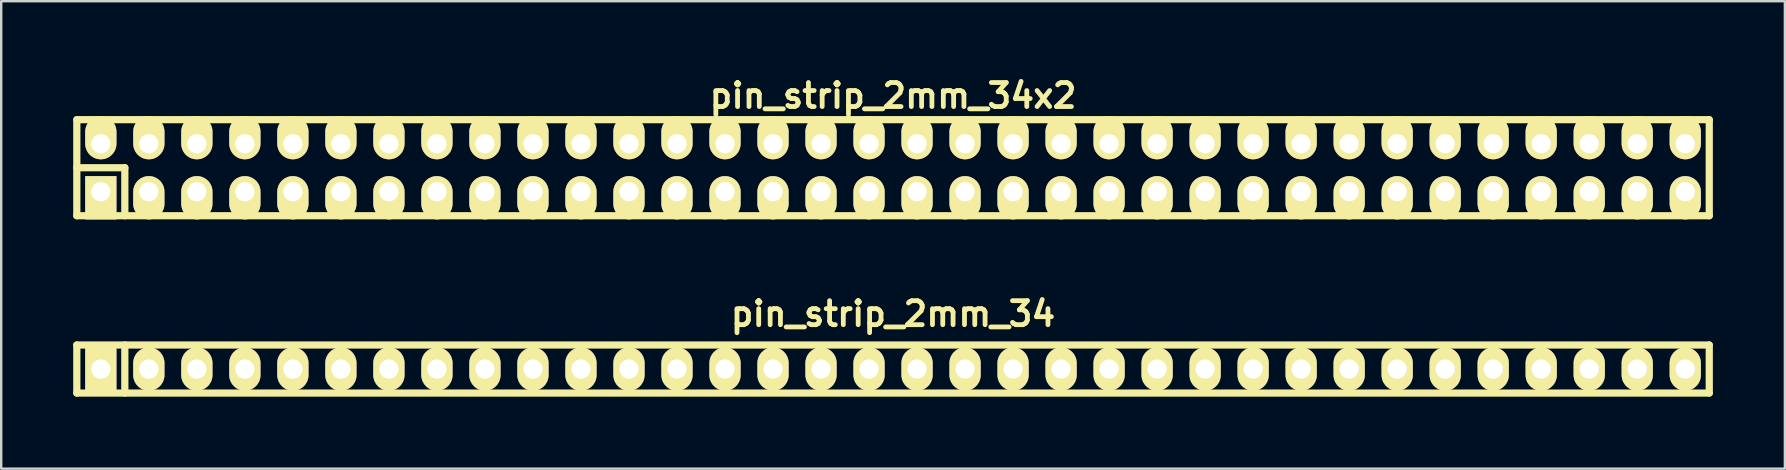
<source format=kicad_pcb>
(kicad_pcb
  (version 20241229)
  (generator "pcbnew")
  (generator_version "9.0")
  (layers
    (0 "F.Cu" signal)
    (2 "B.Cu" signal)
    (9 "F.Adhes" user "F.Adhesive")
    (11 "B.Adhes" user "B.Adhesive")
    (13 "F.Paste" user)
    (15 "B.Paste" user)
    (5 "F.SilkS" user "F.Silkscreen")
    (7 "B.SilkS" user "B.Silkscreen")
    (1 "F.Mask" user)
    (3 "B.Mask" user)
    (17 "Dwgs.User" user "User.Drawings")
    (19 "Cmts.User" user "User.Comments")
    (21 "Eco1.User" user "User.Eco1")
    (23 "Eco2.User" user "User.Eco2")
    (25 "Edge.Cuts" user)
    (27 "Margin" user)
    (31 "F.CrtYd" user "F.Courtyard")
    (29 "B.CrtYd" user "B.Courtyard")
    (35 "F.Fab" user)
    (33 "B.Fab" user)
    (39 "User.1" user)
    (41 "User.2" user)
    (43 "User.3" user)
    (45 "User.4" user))
  (footprint "pin_strip_2mm_34"
    (layer "F.Cu")
    (at 34.15 12.322)
    (property "Reference" "pin_strip_2mm_34" (at 0 -2.3 0) (layer "F.SilkS") (effects (font (size 1 1) (thickness 0.2))))
    (attr through_hole)
    (fp_line (start -34 -1) (end 34 -1) (stroke (width 0.3) (type solid)) (layer "F.SilkS"))
    (fp_line (start -34 1) (end -34 -1) (stroke (width 0.3) (type solid)) (layer "F.SilkS"))
    (fp_line (start -32 -1) (end -32 1) (stroke (width 0.3) (type solid)) (layer "F.SilkS"))
    (fp_line (start 34 -1) (end 34 1) (stroke (width 0.3) (type solid)) (layer "F.SilkS"))
    (fp_line (start 34 1) (end -34 1) (stroke (width 0.3) (type solid)) (layer "F.SilkS"))
    (pad "1" thru_hole rect (at -33 0) (size 1.3 1.8) (drill 0.8) (layers "*.Cu" "*.Mask" "F.SilkS"))
    (pad "2" thru_hole oval (at -31 0) (size 1.3 1.8) (drill 0.8) (layers "*.Cu" "*.Mask" "F.SilkS"))
    (pad "3" thru_hole oval (at -29 0) (size 1.3 1.8) (drill 0.8) (layers "*.Cu" "*.Mask" "F.SilkS"))
    (pad "4" thru_hole oval (at -27 0) (size 1.3 1.8) (drill 0.8) (layers "*.Cu" "*.Mask" "F.SilkS"))
    (pad "5" thru_hole oval (at -25 0) (size 1.3 1.8) (drill 0.8) (layers "*.Cu" "*.Mask" "F.SilkS"))
    (pad "6" thru_hole oval (at -23 0) (size 1.3 1.8) (drill 0.8) (layers "*.Cu" "*.Mask" "F.SilkS"))
    (pad "7" thru_hole oval (at -21 0) (size 1.3 1.8) (drill 0.8) (layers "*.Cu" "*.Mask" "F.SilkS"))
    (pad "8" thru_hole oval (at -19 0) (size 1.3 1.8) (drill 0.8) (layers "*.Cu" "*.Mask" "F.SilkS"))
    (pad "9" thru_hole oval (at -17 0) (size 1.3 1.8) (drill 0.8) (layers "*.Cu" "*.Mask" "F.SilkS"))
    (pad "10" thru_hole oval (at -15 0) (size 1.3 1.8) (drill 0.8) (layers "*.Cu" "*.Mask" "F.SilkS"))
    (pad "11" thru_hole oval (at -13 0) (size 1.3 1.8) (drill 0.8) (layers "*.Cu" "*.Mask" "F.SilkS"))
    (pad "12" thru_hole oval (at -11 0) (size 1.3 1.8) (drill 0.8) (layers "*.Cu" "*.Mask" "F.SilkS"))
    (pad "13" thru_hole oval (at -9 0) (size 1.3 1.8) (drill 0.8) (layers "*.Cu" "*.Mask" "F.SilkS"))
    (pad "14" thru_hole oval (at -7 0) (size 1.3 1.8) (drill 0.8) (layers "*.Cu" "*.Mask" "F.SilkS"))
    (pad "15" thru_hole oval (at -5 0) (size 1.3 1.8) (drill 0.8) (layers "*.Cu" "*.Mask" "F.SilkS"))
    (pad "16" thru_hole oval (at -3 0) (size 1.3 1.8) (drill 0.8) (layers "*.Cu" "*.Mask" "F.SilkS"))
    (pad "17" thru_hole oval (at -1 0) (size 1.3 1.8) (drill 0.8) (layers "*.Cu" "*.Mask" "F.SilkS"))
    (pad "18" thru_hole oval (at 1 0) (size 1.3 1.8) (drill 0.8) (layers "*.Cu" "*.Mask" "F.SilkS"))
    (pad "19" thru_hole oval (at 3 0) (size 1.3 1.8) (drill 0.8) (layers "*.Cu" "*.Mask" "F.SilkS"))
    (pad "20" thru_hole oval (at 5 0) (size 1.3 1.8) (drill 0.8) (layers "*.Cu" "*.Mask" "F.SilkS"))
    (pad "21" thru_hole oval (at 7 0) (size 1.3 1.8) (drill 0.8) (layers "*.Cu" "*.Mask" "F.SilkS"))
    (pad "22" thru_hole oval (at 9 0) (size 1.3 1.8) (drill 0.8) (layers "*.Cu" "*.Mask" "F.SilkS"))
    (pad "23" thru_hole oval (at 11 0) (size 1.3 1.8) (drill 0.8) (layers "*.Cu" "*.Mask" "F.SilkS"))
    (pad "24" thru_hole oval (at 13 0) (size 1.3 1.8) (drill 0.8) (layers "*.Cu" "*.Mask" "F.SilkS"))
    (pad "25" thru_hole oval (at 15 0) (size 1.3 1.8) (drill 0.8) (layers "*.Cu" "*.Mask" "F.SilkS"))
    (pad "26" thru_hole oval (at 17 0) (size 1.3 1.8) (drill 0.8) (layers "*.Cu" "*.Mask" "F.SilkS"))
    (pad "27" thru_hole oval (at 19 0) (size 1.3 1.8) (drill 0.8) (layers "*.Cu" "*.Mask" "F.SilkS"))
    (pad "28" thru_hole oval (at 21 0) (size 1.3 1.8) (drill 0.8) (layers "*.Cu" "*.Mask" "F.SilkS"))
    (pad "29" thru_hole oval (at 23 0) (size 1.3 1.8) (drill 0.8) (layers "*.Cu" "*.Mask" "F.SilkS"))
    (pad "30" thru_hole oval (at 25 0) (size 1.3 1.8) (drill 0.8) (layers "*.Cu" "*.Mask" "F.SilkS"))
    (pad "31" thru_hole oval (at 27 0) (size 1.3 1.8) (drill 0.8) (layers "*.Cu" "*.Mask" "F.SilkS"))
    (pad "32" thru_hole oval (at 29 0) (size 1.3 1.8) (drill 0.8) (layers "*.Cu" "*.Mask" "F.SilkS"))
    (pad "33" thru_hole oval (at 31 0) (size 1.3 1.8) (drill 0.8) (layers "*.Cu" "*.Mask" "F.SilkS"))
    (pad "34" thru_hole oval (at 33 0) (size 1.3 1.8) (drill 0.8) (layers "*.Cu" "*.Mask" "F.SilkS")))
  (footprint "pin_strip_2mm_34x2"
    (layer "F.Cu")
    (at 34.15 3.936)
    (property "Reference" "pin_strip_2mm_34x2" (at 0 -3 0) (layer "F.SilkS") (effects (font (size 1 1) (thickness 0.2))))
    (attr through_hole)
    (fp_line (start -34 -2) (end 34 -2) (stroke (width 0.3) (type solid)) (layer "F.SilkS"))
    (fp_line (start -34 0) (end -32 0) (stroke (width 0.3) (type solid)) (layer "F.SilkS"))
    (fp_line (start -34 2) (end -34 -2) (stroke (width 0.3) (type solid)) (layer "F.SilkS"))
    (fp_line (start -32 0) (end -32 2) (stroke (width 0.3) (type solid)) (layer "F.SilkS"))
    (fp_line (start 34 -2) (end 34 2) (stroke (width 0.3) (type solid)) (layer "F.SilkS"))
    (fp_line (start 34 2) (end -34 2) (stroke (width 0.3) (type solid)) (layer "F.SilkS"))
    (pad "1" thru_hole rect (at -33 1) (size 1.3 1.8) (drill 0.8 (offset 0 0.25)) (layers "*.Cu" "*.Mask" "F.SilkS"))
    (pad "2" thru_hole oval (at -33 -1) (size 1.3 1.8) (drill 0.8 (offset 0 -0.25)) (layers "*.Cu" "*.Mask" "F.SilkS"))
    (pad "3" thru_hole oval (at -31 1) (size 1.3 1.8) (drill 0.8 (offset 0 0.25)) (layers "*.Cu" "*.Mask" "F.SilkS"))
    (pad "4" thru_hole oval (at -31 -1) (size 1.3 1.8) (drill 0.8 (offset 0 -0.25)) (layers "*.Cu" "*.Mask" "F.SilkS"))
    (pad "5" thru_hole oval (at -29 1) (size 1.3 1.8) (drill 0.8 (offset 0 0.25)) (layers "*.Cu" "*.Mask" "F.SilkS"))
    (pad "6" thru_hole oval (at -29 -1) (size 1.3 1.8) (drill 0.8 (offset 0 -0.25)) (layers "*.Cu" "*.Mask" "F.SilkS"))
    (pad "7" thru_hole oval (at -27 1) (size 1.3 1.8) (drill 0.8 (offset 0 0.25)) (layers "*.Cu" "*.Mask" "F.SilkS"))
    (pad "8" thru_hole oval (at -27 -1) (size 1.3 1.8) (drill 0.8 (offset 0 -0.25)) (layers "*.Cu" "*.Mask" "F.SilkS"))
    (pad "9" thru_hole oval (at -25 1) (size 1.3 1.8) (drill 0.8 (offset 0 0.25)) (layers "*.Cu" "*.Mask" "F.SilkS"))
    (pad "10" thru_hole oval (at -25 -1) (size 1.3 1.8) (drill 0.8 (offset 0 -0.25)) (layers "*.Cu" "*.Mask" "F.SilkS"))
    (pad "11" thru_hole oval (at -23 1) (size 1.3 1.8) (drill 0.8 (offset 0 0.25)) (layers "*.Cu" "*.Mask" "F.SilkS"))
    (pad "12" thru_hole oval (at -23 -1) (size 1.3 1.8) (drill 0.8 (offset 0 -0.25)) (layers "*.Cu" "*.Mask" "F.SilkS"))
    (pad "13" thru_hole oval (at -21 1) (size 1.3 1.8) (drill 0.8 (offset 0 0.25)) (layers "*.Cu" "*.Mask" "F.SilkS"))
    (pad "14" thru_hole oval (at -21 -1) (size 1.3 1.8) (drill 0.8 (offset 0 -0.25)) (layers "*.Cu" "*.Mask" "F.SilkS"))
    (pad "15" thru_hole oval (at -19 1) (size 1.3 1.8) (drill 0.8 (offset 0 0.25)) (layers "*.Cu" "*.Mask" "F.SilkS"))
    (pad "16" thru_hole oval (at -19 -1) (size 1.3 1.8) (drill 0.8 (offset 0 -0.25)) (layers "*.Cu" "*.Mask" "F.SilkS"))
    (pad "17" thru_hole oval (at -17 1) (size 1.3 1.8) (drill 0.8 (offset 0 0.25)) (layers "*.Cu" "*.Mask" "F.SilkS"))
    (pad "18" thru_hole oval (at -17 -1) (size 1.3 1.8) (drill 0.8 (offset 0 -0.25)) (layers "*.Cu" "*.Mask" "F.SilkS"))
    (pad "19" thru_hole oval (at -15 1) (size 1.3 1.8) (drill 0.8 (offset 0 0.25)) (layers "*.Cu" "*.Mask" "F.SilkS"))
    (pad "20" thru_hole oval (at -15 -1) (size 1.3 1.8) (drill 0.8 (offset 0 -0.25)) (layers "*.Cu" "*.Mask" "F.SilkS"))
    (pad "21" thru_hole oval (at -13 1) (size 1.3 1.8) (drill 0.8 (offset 0 0.25)) (layers "*.Cu" "*.Mask" "F.SilkS"))
    (pad "22" thru_hole oval (at -13 -1) (size 1.3 1.8) (drill 0.8 (offset 0 -0.25)) (layers "*.Cu" "*.Mask" "F.SilkS"))
    (pad "23" thru_hole oval (at -11 1) (size 1.3 1.8) (drill 0.8 (offset 0 0.25)) (layers "*.Cu" "*.Mask" "F.SilkS"))
    (pad "24" thru_hole oval (at -11 -1) (size 1.3 1.8) (drill 0.8 (offset 0 -0.25)) (layers "*.Cu" "*.Mask" "F.SilkS"))
    (pad "25" thru_hole oval (at -9 1) (size 1.3 1.8) (drill 0.8 (offset 0 0.25)) (layers "*.Cu" "*.Mask" "F.SilkS"))
    (pad "26" thru_hole oval (at -9 -1) (size 1.3 1.8) (drill 0.8 (offset 0 -0.25)) (layers "*.Cu" "*.Mask" "F.SilkS"))
    (pad "27" thru_hole oval (at -7 1) (size 1.3 1.8) (drill 0.8 (offset 0 0.25)) (layers "*.Cu" "*.Mask" "F.SilkS"))
    (pad "28" thru_hole oval (at -7 -1) (size 1.3 1.8) (drill 0.8 (offset 0 -0.25)) (layers "*.Cu" "*.Mask" "F.SilkS"))
    (pad "29" thru_hole oval (at -5 1) (size 1.3 1.8) (drill 0.8 (offset 0 0.25)) (layers "*.Cu" "*.Mask" "F.SilkS"))
    (pad "30" thru_hole oval (at -5 -1) (size 1.3 1.8) (drill 0.8 (offset 0 -0.25)) (layers "*.Cu" "*.Mask" "F.SilkS"))
    (pad "31" thru_hole oval (at -3 1) (size 1.3 1.8) (drill 0.8 (offset 0 0.25)) (layers "*.Cu" "*.Mask" "F.SilkS"))
    (pad "32" thru_hole oval (at -3 -1) (size 1.3 1.8) (drill 0.8 (offset 0 -0.25)) (layers "*.Cu" "*.Mask" "F.SilkS"))
    (pad "33" thru_hole oval (at -1 1) (size 1.3 1.8) (drill 0.8 (offset 0 0.25)) (layers "*.Cu" "*.Mask" "F.SilkS"))
    (pad "34" thru_hole oval (at -1 -1) (size 1.3 1.8) (drill 0.8 (offset 0 -0.25)) (layers "*.Cu" "*.Mask" "F.SilkS"))
    (pad "35" thru_hole oval (at 1 1) (size 1.3 1.8) (drill 0.8 (offset 0 0.25)) (layers "*.Cu" "*.Mask" "F.SilkS"))
    (pad "36" thru_hole oval (at 1 -1) (size 1.3 1.8) (drill 0.8 (offset 0 -0.25)) (layers "*.Cu" "*.Mask" "F.SilkS"))
    (pad "37" thru_hole oval (at 3 1) (size 1.3 1.8) (drill 0.8 (offset 0 0.25)) (layers "*.Cu" "*.Mask" "F.SilkS"))
    (pad "38" thru_hole oval (at 3 -1) (size 1.3 1.8) (drill 0.8 (offset 0 -0.25)) (layers "*.Cu" "*.Mask" "F.SilkS"))
    (pad "39" thru_hole oval (at 5 1) (size 1.3 1.8) (drill 0.8 (offset 0 0.25)) (layers "*.Cu" "*.Mask" "F.SilkS"))
    (pad "40" thru_hole oval (at 5 -1) (size 1.3 1.8) (drill 0.8 (offset 0 -0.25)) (layers "*.Cu" "*.Mask" "F.SilkS"))
    (pad "41" thru_hole oval (at 7 1) (size 1.3 1.8) (drill 0.8 (offset 0 0.25)) (layers "*.Cu" "*.Mask" "F.SilkS"))
    (pad "42" thru_hole oval (at 7 -1) (size 1.3 1.8) (drill 0.8 (offset 0 -0.25)) (layers "*.Cu" "*.Mask" "F.SilkS"))
    (pad "43" thru_hole oval (at 9 1) (size 1.3 1.8) (drill 0.8 (offset 0 0.25)) (layers "*.Cu" "*.Mask" "F.SilkS"))
    (pad "44" thru_hole oval (at 9 -1) (size 1.3 1.8) (drill 0.8 (offset 0 -0.25)) (layers "*.Cu" "*.Mask" "F.SilkS"))
    (pad "45" thru_hole oval (at 11 1) (size 1.3 1.8) (drill 0.8 (offset 0 0.25)) (layers "*.Cu" "*.Mask" "F.SilkS"))
    (pad "46" thru_hole oval (at 11 -1) (size 1.3 1.8) (drill 0.8 (offset 0 -0.25)) (layers "*.Cu" "*.Mask" "F.SilkS"))
    (pad "47" thru_hole oval (at 13 1) (size 1.3 1.8) (drill 0.8 (offset 0 0.25)) (layers "*.Cu" "*.Mask" "F.SilkS"))
    (pad "48" thru_hole oval (at 13 -1) (size 1.3 1.8) (drill 0.8 (offset 0 -0.25)) (layers "*.Cu" "*.Mask" "F.SilkS"))
    (pad "49" thru_hole oval (at 15 1) (size 1.3 1.8) (drill 0.8 (offset 0 0.25)) (layers "*.Cu" "*.Mask" "F.SilkS"))
    (pad "50" thru_hole oval (at 15 -1) (size 1.3 1.8) (drill 0.8 (offset 0 -0.25)) (layers "*.Cu" "*.Mask" "F.SilkS"))
    (pad "51" thru_hole oval (at 17 1) (size 1.3 1.8) (drill 0.8 (offset 0 0.25)) (layers "*.Cu" "*.Mask" "F.SilkS"))
    (pad "52" thru_hole oval (at 17 -1) (size 1.3 1.8) (drill 0.8 (offset 0 -0.25)) (layers "*.Cu" "*.Mask" "F.SilkS"))
    (pad "53" thru_hole oval (at 19 1) (size 1.3 1.8) (drill 0.8 (offset 0 0.25)) (layers "*.Cu" "*.Mask" "F.SilkS"))
    (pad "54" thru_hole oval (at 19 -1) (size 1.3 1.8) (drill 0.8 (offset 0 -0.25)) (layers "*.Cu" "*.Mask" "F.SilkS"))
    (pad "55" thru_hole oval (at 21 1) (size 1.3 1.8) (drill 0.8 (offset 0 0.25)) (layers "*.Cu" "*.Mask" "F.SilkS"))
    (pad "56" thru_hole oval (at 21 -1) (size 1.3 1.8) (drill 0.8 (offset 0 -0.25)) (layers "*.Cu" "*.Mask" "F.SilkS"))
    (pad "57" thru_hole oval (at 23 1) (size 1.3 1.8) (drill 0.8 (offset 0 0.25)) (layers "*.Cu" "*.Mask" "F.SilkS"))
    (pad "58" thru_hole oval (at 23 -1) (size 1.3 1.8) (drill 0.8 (offset 0 -0.25)) (layers "*.Cu" "*.Mask" "F.SilkS"))
    (pad "59" thru_hole oval (at 25 1) (size 1.3 1.8) (drill 0.8 (offset 0 0.25)) (layers "*.Cu" "*.Mask" "F.SilkS"))
    (pad "60" thru_hole oval (at 25 -1) (size 1.3 1.8) (drill 0.8 (offset 0 -0.25)) (layers "*.Cu" "*.Mask" "F.SilkS"))
    (pad "61" thru_hole oval (at 27 1) (size 1.3 1.8) (drill 0.8 (offset 0 0.25)) (layers "*.Cu" "*.Mask" "F.SilkS"))
    (pad "62" thru_hole oval (at 27 -1) (size 1.3 1.8) (drill 0.8 (offset 0 -0.25)) (layers "*.Cu" "*.Mask" "F.SilkS"))
    (pad "63" thru_hole oval (at 29 1) (size 1.3 1.8) (drill 0.8 (offset 0 0.25)) (layers "*.Cu" "*.Mask" "F.SilkS"))
    (pad "64" thru_hole oval (at 29 -1) (size 1.3 1.8) (drill 0.8 (offset 0 -0.25)) (layers "*.Cu" "*.Mask" "F.SilkS"))
    (pad "65" thru_hole oval (at 31 1) (size 1.3 1.8) (drill 0.8 (offset 0 0.25)) (layers "*.Cu" "*.Mask" "F.SilkS"))
    (pad "66" thru_hole oval (at 31 -1) (size 1.3 1.8) (drill 0.8 (offset 0 -0.25)) (layers "*.Cu" "*.Mask" "F.SilkS"))
    (pad "67" thru_hole oval (at 33 1) (size 1.3 1.8) (drill 0.8 (offset 0 0.25)) (layers "*.Cu" "*.Mask" "F.SilkS"))
    (pad "68" thru_hole oval (at 33 -1) (size 1.3 1.8) (drill 0.8 (offset 0 -0.25)) (layers "*.Cu" "*.Mask" "F.SilkS")))
  (gr_rect
    (start -3 -3)
    (end 71.3 16.472)
    (stroke (width 0.1) (type default))
    (fill no)
    (layer "Edge.Cuts")))
</source>
